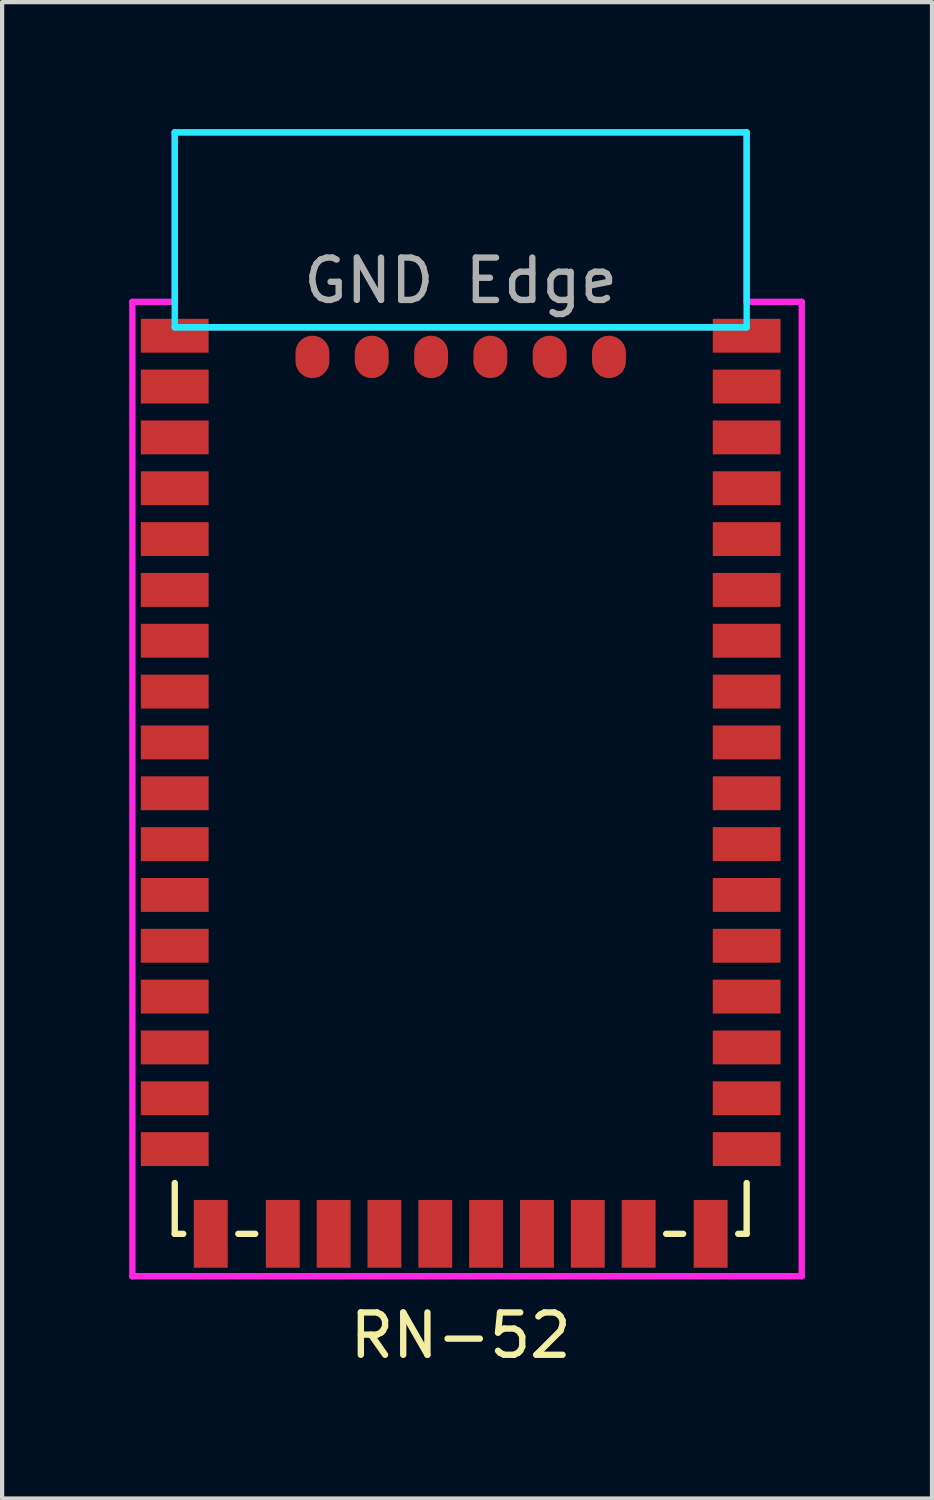
<source format=kicad_pcb>
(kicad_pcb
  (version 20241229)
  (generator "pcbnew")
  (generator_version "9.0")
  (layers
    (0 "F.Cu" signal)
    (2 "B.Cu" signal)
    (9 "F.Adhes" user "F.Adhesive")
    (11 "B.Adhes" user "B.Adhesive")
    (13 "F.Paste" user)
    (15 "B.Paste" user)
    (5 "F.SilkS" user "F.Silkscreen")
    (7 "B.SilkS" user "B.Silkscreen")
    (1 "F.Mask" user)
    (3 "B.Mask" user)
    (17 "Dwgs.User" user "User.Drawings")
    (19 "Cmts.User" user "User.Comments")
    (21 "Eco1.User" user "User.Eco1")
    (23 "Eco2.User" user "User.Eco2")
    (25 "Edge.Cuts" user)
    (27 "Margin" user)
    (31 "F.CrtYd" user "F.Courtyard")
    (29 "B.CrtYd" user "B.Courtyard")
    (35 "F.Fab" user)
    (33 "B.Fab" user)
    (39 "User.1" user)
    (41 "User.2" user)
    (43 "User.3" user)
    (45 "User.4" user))
  (footprint "RN-52"
    (layer "F.Cu")
    (at 7.825 13.075)
    (property "Reference" "RN-52" (at 0 15.4 0) (layer "F.SilkS") (effects (font (size 1 1) (thickness 0.15))))
    (attr through_hole)
    (fp_line (start -6.75 11.8) (end -6.75 13) (stroke (width 0.15) (type solid)) (layer "F.SilkS"))
    (fp_line (start -6.75 13) (end -6.55 13) (stroke (width 0.15) (type solid)) (layer "F.SilkS"))
    (fp_line (start -5.25 13) (end -4.85 13) (stroke (width 0.15) (type solid)) (layer "F.SilkS"))
    (fp_line (start 4.85 13) (end 5.25 13) (stroke (width 0.15) (type solid)) (layer "F.SilkS"))
    (fp_line (start 6.75 11.8) (end 6.75 13) (stroke (width 0.15) (type solid)) (layer "F.SilkS"))
    (fp_line (start 6.75 13) (end 6.55 13) (stroke (width 0.15) (type solid)) (layer "F.SilkS"))
    (fp_line (start -6.75 -13) (end -6.75 -8.4) (stroke (width 0.15) (type solid)) (layer "B.CrtYd"))
    (fp_line (start -6.75 -8.4) (end 6.75 -8.4) (stroke (width 0.15) (type solid)) (layer "B.CrtYd"))
    (fp_line (start 6.75 -13) (end -6.75 -13) (stroke (width 0.15) (type solid)) (layer "B.CrtYd"))
    (fp_line (start 6.75 -8.4) (end 6.75 -13) (stroke (width 0.15) (type solid)) (layer "B.CrtYd"))
    (fp_line (start -7.75 -9) (end -7.75 14) (stroke (width 0.15) (type solid)) (layer "F.CrtYd"))
    (fp_line (start -7.75 14) (end 8.05 14) (stroke (width 0.15) (type solid)) (layer "F.CrtYd"))
    (fp_line (start -6.75 -13) (end 6.75 -13) (stroke (width 0.15) (type solid)) (layer "F.CrtYd"))
    (fp_line (start -6.75 -9) (end -7.75 -9) (stroke (width 0.15) (type solid)) (layer "F.CrtYd"))
    (fp_line (start -6.75 -9) (end -6.75 -13) (stroke (width 0.15) (type solid)) (layer "F.CrtYd"))
    (fp_line (start 6.75 -13) (end 6.75 -9) (stroke (width 0.15) (type solid)) (layer "F.CrtYd"))
    (fp_line (start 8.05 -9) (end 6.75 -9) (stroke (width 0.15) (type solid)) (layer "F.CrtYd"))
    (fp_line (start 8.05 14) (end 8.05 -9) (stroke (width 0.15) (type solid)) (layer "F.CrtYd"))
    (fp_line (start -6.75 -8.4) (end 6.75 -8.4) (stroke (width 0.15) (type solid)) (layer "F.Fab"))
    (fp_text user "GND Edge" (at 0 -9.5 0) (layer "F.Fab") (effects (font (size 1 1) (thickness 0.15))))
    (pad "1" smd rect (at -6.75 -8.2) (size 1.6 0.8) (layers "F.Cu" "F.Mask" "F.Paste"))
    (pad "2" smd rect (at -6.75 -7) (size 1.6 0.8) (layers "F.Cu" "F.Mask" "F.Paste"))
    (pad "3" smd rect (at -6.75 -5.8) (size 1.6 0.8) (layers "F.Cu" "F.Mask" "F.Paste"))
    (pad "4" smd rect (at -6.75 -4.6) (size 1.6 0.8) (layers "F.Cu" "F.Mask" "F.Paste"))
    (pad "5" smd rect (at -6.75 -3.4) (size 1.6 0.8) (layers "F.Cu" "F.Mask" "F.Paste"))
    (pad "6" smd rect (at -6.75 -2.2) (size 1.6 0.8) (layers "F.Cu" "F.Mask" "F.Paste"))
    (pad "7" smd rect (at -6.75 -1) (size 1.6 0.8) (layers "F.Cu" "F.Mask" "F.Paste"))
    (pad "8" smd rect (at -6.75 0.2) (size 1.6 0.8) (layers "F.Cu" "F.Mask" "F.Paste"))
    (pad "9" smd rect (at -6.75 1.4) (size 1.6 0.8) (layers "F.Cu" "F.Mask" "F.Paste"))
    (pad "10" smd rect (at -6.75 2.6) (size 1.6 0.8) (layers "F.Cu" "F.Mask" "F.Paste"))
    (pad "11" smd rect (at -6.75 3.8) (size 1.6 0.8) (layers "F.Cu" "F.Mask" "F.Paste"))
    (pad "12" smd rect (at -6.75 5) (size 1.6 0.8) (layers "F.Cu" "F.Mask" "F.Paste"))
    (pad "13" smd rect (at -6.75 6.2) (size 1.6 0.8) (layers "F.Cu" "F.Mask" "F.Paste"))
    (pad "14" smd rect (at -6.75 7.4) (size 1.6 0.8) (layers "F.Cu" "F.Mask" "F.Paste"))
    (pad "15" smd rect (at -6.75 8.6) (size 1.6 0.8) (layers "F.Cu" "F.Mask" "F.Paste"))
    (pad "16" smd rect (at -6.75 9.8) (size 1.6 0.8) (layers "F.Cu" "F.Mask" "F.Paste"))
    (pad "17" smd rect (at -6.75 11) (size 1.6 0.8) (layers "F.Cu" "F.Mask" "F.Paste"))
    (pad "18" smd rect (at -5.9 13) (size 0.8 1.6) (layers "F.Cu" "F.Mask" "F.Paste"))
    (pad "19" smd rect (at -4.2 13) (size 0.8 1.6) (layers "F.Cu" "F.Mask" "F.Paste"))
    (pad "20" smd rect (at -3 13) (size 0.8 1.6) (layers "F.Cu" "F.Mask" "F.Paste"))
    (pad "21" smd rect (at -1.8 13) (size 0.8 1.6) (layers "F.Cu" "F.Mask" "F.Paste"))
    (pad "22" smd rect (at -0.6 13) (size 0.8 1.6) (layers "F.Cu" "F.Mask" "F.Paste"))
    (pad "23" smd rect (at 0.6 13) (size 0.8 1.6) (layers "F.Cu" "F.Mask" "F.Paste"))
    (pad "24" smd rect (at 1.8 13) (size 0.8 1.6) (layers "F.Cu" "F.Mask" "F.Paste"))
    (pad "25" smd rect (at 3 13) (size 0.8 1.6) (layers "F.Cu" "F.Mask" "F.Paste"))
    (pad "26" smd rect (at 4.2 13) (size 0.8 1.6) (layers "F.Cu" "F.Mask" "F.Paste"))
    (pad "27" smd rect (at 5.9 13) (size 0.8 1.6) (layers "F.Cu" "F.Mask" "F.Paste"))
    (pad "28" smd rect (at 6.75 11) (size 1.6 0.8) (layers "F.Cu" "F.Mask" "F.Paste"))
    (pad "29" smd rect (at 6.75 9.8) (size 1.6 0.8) (layers "F.Cu" "F.Mask" "F.Paste"))
    (pad "30" smd rect (at 6.75 8.6) (size 1.6 0.8) (layers "F.Cu" "F.Mask" "F.Paste"))
    (pad "31" smd rect (at 6.75 7.4) (size 1.6 0.8) (layers "F.Cu" "F.Mask" "F.Paste"))
    (pad "32" smd rect (at 6.75 6.2) (size 1.6 0.8) (layers "F.Cu" "F.Mask" "F.Paste"))
    (pad "33" smd rect (at 6.75 5) (size 1.6 0.8) (layers "F.Cu" "F.Mask" "F.Paste"))
    (pad "34" smd rect (at 6.75 3.8) (size 1.6 0.8) (layers "F.Cu" "F.Mask" "F.Paste"))
    (pad "35" smd rect (at 6.75 2.6) (size 1.6 0.8) (layers "F.Cu" "F.Mask" "F.Paste"))
    (pad "36" smd rect (at 6.75 1.4) (size 1.6 0.8) (layers "F.Cu" "F.Mask" "F.Paste"))
    (pad "37" smd rect (at 6.75 0.2) (size 1.6 0.8) (layers "F.Cu" "F.Mask" "F.Paste"))
    (pad "38" smd rect (at 6.75 -1) (size 1.6 0.8) (layers "F.Cu" "F.Mask" "F.Paste"))
    (pad "39" smd rect (at 6.75 -2.2) (size 1.6 0.8) (layers "F.Cu" "F.Mask" "F.Paste"))
    (pad "40" smd rect (at 6.75 -3.4) (size 1.6 0.8) (layers "F.Cu" "F.Mask" "F.Paste"))
    (pad "41" smd rect (at 6.75 -4.6) (size 1.6 0.8) (layers "F.Cu" "F.Mask" "F.Paste"))
    (pad "42" smd rect (at 6.75 -5.8) (size 1.6 0.8) (layers "F.Cu" "F.Mask" "F.Paste"))
    (pad "43" smd rect (at 6.75 -7) (size 1.6 0.8) (layers "F.Cu" "F.Mask" "F.Paste"))
    (pad "44" smd rect (at 6.75 -8.2) (size 1.6 0.8) (layers "F.Cu" "F.Mask" "F.Paste"))
    (pad "45" smd oval (at 3.5 -7.7) (size 0.8 1) (layers "F.Cu" "F.Mask" "F.Paste"))
    (pad "46" smd oval (at 2.1 -7.7) (size 0.8 1) (layers "F.Cu" "F.Mask" "F.Paste"))
    (pad "47" smd oval (at 0.7 -7.7) (size 0.8 1) (layers "F.Cu" "F.Mask" "F.Paste"))
    (pad "48" smd oval (at -0.7 -7.7) (size 0.8 1) (layers "F.Cu" "F.Mask" "F.Paste"))
    (pad "49" smd oval (at -2.1 -7.7) (size 0.8 1) (layers "F.Cu" "F.Mask" "F.Paste"))
    (pad "50" smd oval (at -3.5 -7.7) (size 0.8 1) (layers "F.Cu" "F.Mask" "F.Paste")))
  (gr_rect
    (start -3 -3)
    (end 18.95 32.323)
    (stroke (width 0.1) (type default))
    (fill no)
    (layer "Edge.Cuts")))
</source>
